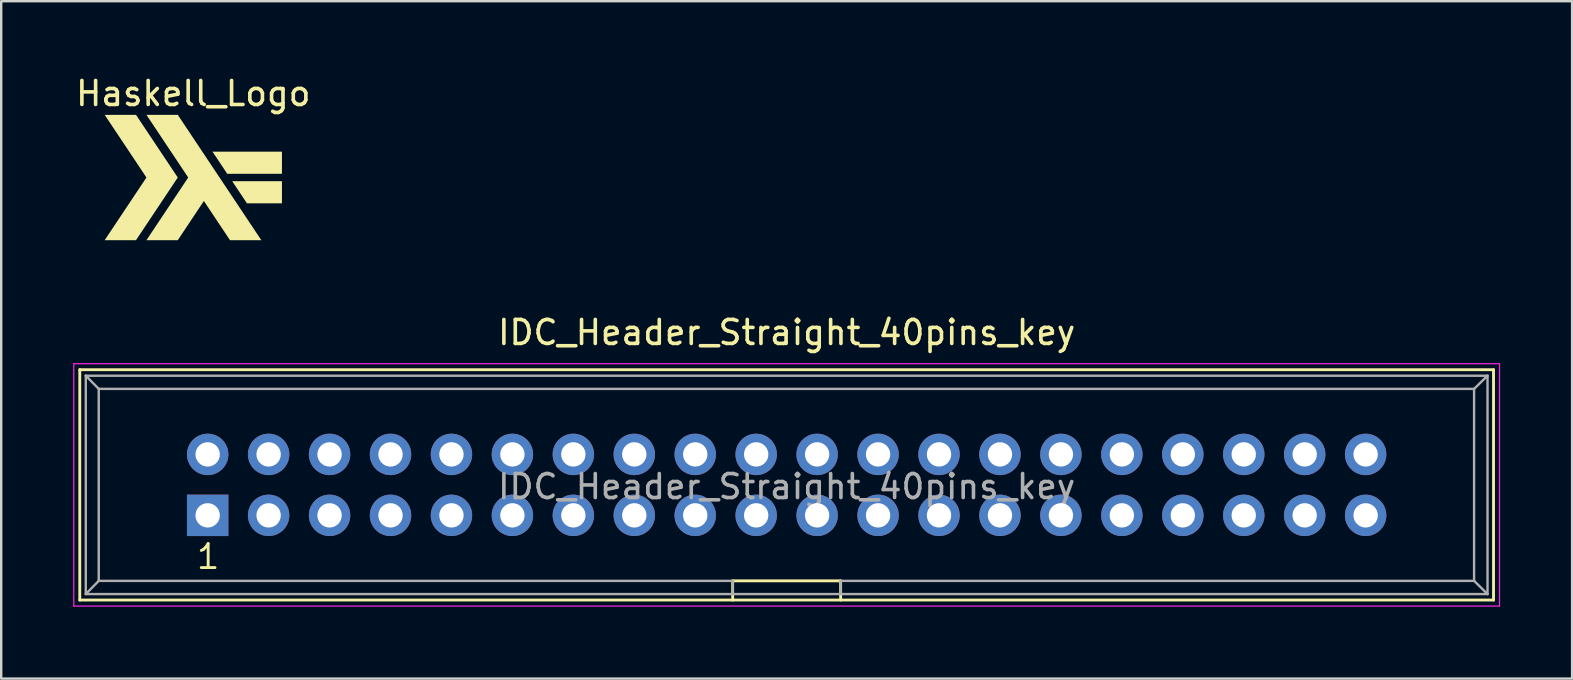
<source format=kicad_pcb>
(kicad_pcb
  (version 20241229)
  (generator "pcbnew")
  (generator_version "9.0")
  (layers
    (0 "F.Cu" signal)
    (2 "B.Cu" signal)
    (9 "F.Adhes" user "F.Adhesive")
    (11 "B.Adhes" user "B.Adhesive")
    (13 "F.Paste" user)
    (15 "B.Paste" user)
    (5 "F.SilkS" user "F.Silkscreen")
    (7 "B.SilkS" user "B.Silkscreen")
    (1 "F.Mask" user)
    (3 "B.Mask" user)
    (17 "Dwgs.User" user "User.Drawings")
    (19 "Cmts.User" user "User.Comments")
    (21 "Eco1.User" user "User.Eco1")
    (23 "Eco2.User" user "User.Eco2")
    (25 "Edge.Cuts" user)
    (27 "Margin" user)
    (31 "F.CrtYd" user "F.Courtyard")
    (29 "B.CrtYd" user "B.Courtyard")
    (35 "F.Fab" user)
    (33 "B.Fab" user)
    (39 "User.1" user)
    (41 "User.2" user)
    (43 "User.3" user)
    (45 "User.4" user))
  (footprint "Haskell_Logo"
    (layer "F.Cu")
    (at 5.006 4.348)
    (property "Reference" "Haskell_Logo" (at 0 -3.5 0) (layer "F.SilkS") (effects (font (size 1 1) (thickness 0.15))))
    (attr through_hole)
    (fp_poly (pts (xy 1.415 -0.154) (xy 3.694 -0.154) (xy 3.694 -1.077) (xy 0.8 -1.077)) (stroke (width 0) (type solid)) (fill yes) (layer "F.SilkS"))
    (fp_poly (pts (xy 2.236 1.077) (xy 3.694 1.077) (xy 3.694 0.154) (xy 1.621 0.154)) (stroke (width 0) (type solid)) (fill yes) (layer "F.SilkS"))
    (fp_poly (pts (xy -2.388 2.612) (xy -0.647 0) (xy -2.388 -2.612) (xy -3.694 -2.612) (xy -1.953 0) (xy -3.694 2.612)) (stroke (width 0) (type solid)) (fill yes) (layer "F.SilkS"))
    (fp_poly (pts (xy -0.647 2.612) (xy 0.441 0.979) (xy 1.529 2.612) (xy 2.835 2.612) (xy -0.647 -2.612) (xy -1.953 -2.612) (xy -0.212 0) (xy -1.953 2.612)) (stroke (width 0) (type solid)) (fill yes) (layer "F.SilkS")))
  (footprint "IDC_Header_Straight_40pins_key"
    (layer "F.Cu")
    (at 5.605 18.428)
    (property "Reference" "IDC_Header_Straight_40pins_key" (at 24.13 -7.62 0) (layer "F.SilkS") (effects (font (size 1 1) (thickness 0.15))))
    (attr through_hole)
    (fp_line (start -5.33 -6.07) (end -5.33 3.53) (stroke (width 0.12) (type solid)) (layer "F.SilkS"))
    (fp_line (start -5.33 3.53) (end 53.59 3.53) (stroke (width 0.12) (type solid)) (layer "F.SilkS"))
    (fp_line (start 21.88 2.73) (end 21.88 3.53) (stroke (width 0.12) (type solid)) (layer "F.SilkS"))
    (fp_line (start 26.38 2.73) (end 21.88 2.73) (stroke (width 0.12) (type solid)) (layer "F.SilkS"))
    (fp_line (start 26.38 3.53) (end 26.38 2.73) (stroke (width 0.12) (type solid)) (layer "F.SilkS"))
    (fp_line (start 53.59 -6.07) (end -5.33 -6.07) (stroke (width 0.12) (type solid)) (layer "F.SilkS"))
    (fp_line (start 53.59 3.53) (end 53.59 -6.07) (stroke (width 0.12) (type solid)) (layer "F.SilkS"))
    (fp_line (start -5.58 -6.32) (end -5.58 3.78) (stroke (width 0.05) (type solid)) (layer "F.CrtYd"))
    (fp_line (start -5.58 3.78) (end 53.84 3.78) (stroke (width 0.05) (type solid)) (layer "F.CrtYd"))
    (fp_line (start 53.84 -6.32) (end -5.58 -6.32) (stroke (width 0.05) (type solid)) (layer "F.CrtYd"))
    (fp_line (start 53.84 3.78) (end 53.84 -6.32) (stroke (width 0.05) (type solid)) (layer "F.CrtYd"))
    (fp_line (start -5.08 -5.82) (end -5.08 3.28) (stroke (width 0.1) (type solid)) (layer "F.Fab"))
    (fp_line (start -5.08 -5.82) (end 53.34 -5.82) (stroke (width 0.1) (type solid)) (layer "F.Fab"))
    (fp_line (start -5.08 3.28) (end -4.54 2.73) (stroke (width 0.1) (type solid)) (layer "F.Fab"))
    (fp_line (start -5.08 3.28) (end 53.34 3.28) (stroke (width 0.1) (type solid)) (layer "F.Fab"))
    (fp_line (start -4.54 -5.27) (end -5.08 -5.82) (stroke (width 0.1) (type solid)) (layer "F.Fab"))
    (fp_line (start -4.54 -5.27) (end 52.78 -5.27) (stroke (width 0.1) (type solid)) (layer "F.Fab"))
    (fp_line (start -4.54 2.73) (end -4.54 -5.27) (stroke (width 0.1) (type solid)) (layer "F.Fab"))
    (fp_line (start -4.54 2.73) (end 21.88 2.73) (stroke (width 0.1) (type solid)) (layer "F.Fab"))
    (fp_line (start 21.88 2.73) (end 21.88 3.28) (stroke (width 0.1) (type solid)) (layer "F.Fab"))
    (fp_line (start 26.38 2.73) (end 52.78 2.73) (stroke (width 0.1) (type solid)) (layer "F.Fab"))
    (fp_line (start 26.38 3.28) (end 26.38 2.73) (stroke (width 0.1) (type solid)) (layer "F.Fab"))
    (fp_line (start 52.78 -5.27) (end 53.34 -5.82) (stroke (width 0.1) (type solid)) (layer "F.Fab"))
    (fp_line (start 52.78 2.73) (end 52.78 -5.27) (stroke (width 0.1) (type solid)) (layer "F.Fab"))
    (fp_line (start 53.34 -5.82) (end 53.34 3.28) (stroke (width 0.1) (type solid)) (layer "F.Fab"))
    (fp_line (start 53.34 3.28) (end 52.78 2.73) (stroke (width 0.1) (type solid)) (layer "F.Fab"))
    (fp_text user "1" (at 0.02 1.72 0) (layer "F.SilkS") (effects (font (size 1 1) (thickness 0.12))))
    (fp_text user "${REFERENCE}" (at 24.13 -1.198 0) (layer "F.Fab") (effects (font (size 1 1) (thickness 0.15))))
    (pad "1" thru_hole rect (at 0 0) (size 1.727 1.727) (drill 1.016) (layers "*.Cu" "*.Mask"))
    (pad "2" thru_hole oval (at 0 -2.54) (size 1.727 1.727) (drill 1.016) (layers "*.Cu" "*.Mask"))
    (pad "3" thru_hole oval (at 2.54 0) (size 1.727 1.727) (drill 1.016) (layers "*.Cu" "*.Mask"))
    (pad "4" thru_hole oval (at 2.54 -2.54) (size 1.727 1.727) (drill 1.016) (layers "*.Cu" "*.Mask"))
    (pad "5" thru_hole oval (at 5.08 0) (size 1.727 1.727) (drill 1.016) (layers "*.Cu" "*.Mask"))
    (pad "6" thru_hole oval (at 5.08 -2.54) (size 1.727 1.727) (drill 1.016) (layers "*.Cu" "*.Mask"))
    (pad "7" thru_hole oval (at 7.62 0) (size 1.727 1.727) (drill 1.016) (layers "*.Cu" "*.Mask"))
    (pad "8" thru_hole oval (at 7.62 -2.54) (size 1.727 1.727) (drill 1.016) (layers "*.Cu" "*.Mask"))
    (pad "9" thru_hole oval (at 10.16 0) (size 1.727 1.727) (drill 1.016) (layers "*.Cu" "*.Mask"))
    (pad "10" thru_hole oval (at 10.16 -2.54) (size 1.727 1.727) (drill 1.016) (layers "*.Cu" "*.Mask"))
    (pad "11" thru_hole oval (at 12.7 0) (size 1.727 1.727) (drill 1.016) (layers "*.Cu" "*.Mask"))
    (pad "12" thru_hole oval (at 12.7 -2.54) (size 1.727 1.727) (drill 1.016) (layers "*.Cu" "*.Mask"))
    (pad "13" thru_hole oval (at 15.24 0) (size 1.727 1.727) (drill 1.016) (layers "*.Cu" "*.Mask"))
    (pad "14" thru_hole oval (at 15.24 -2.54) (size 1.727 1.727) (drill 1.016) (layers "*.Cu" "*.Mask"))
    (pad "15" thru_hole oval (at 17.78 0) (size 1.727 1.727) (drill 1.016) (layers "*.Cu" "*.Mask"))
    (pad "16" thru_hole oval (at 17.78 -2.54) (size 1.727 1.727) (drill 1.016) (layers "*.Cu" "*.Mask"))
    (pad "17" thru_hole oval (at 20.32 0) (size 1.727 1.727) (drill 1.016) (layers "*.Cu" "*.Mask"))
    (pad "18" thru_hole oval (at 20.32 -2.54) (size 1.727 1.727) (drill 1.016) (layers "*.Cu" "*.Mask"))
    (pad "19" thru_hole oval (at 22.86 0) (size 1.727 1.727) (drill 1.016) (layers "*.Cu" "*.Mask"))
    (pad "20" thru_hole oval (at 22.86 -2.54) (size 1.727 1.727) (drill 1.016) (layers "*.Cu" "*.Mask"))
    (pad "21" thru_hole oval (at 25.4 0) (size 1.727 1.727) (drill 1.016) (layers "*.Cu" "*.Mask"))
    (pad "22" thru_hole oval (at 25.4 -2.54) (size 1.727 1.727) (drill 1.016) (layers "*.Cu" "*.Mask"))
    (pad "23" thru_hole oval (at 27.94 0) (size 1.727 1.727) (drill 1.016) (layers "*.Cu" "*.Mask"))
    (pad "24" thru_hole oval (at 27.94 -2.54) (size 1.727 1.727) (drill 1.016) (layers "*.Cu" "*.Mask"))
    (pad "25" thru_hole oval (at 30.48 0) (size 1.727 1.727) (drill 1.016) (layers "*.Cu" "*.Mask"))
    (pad "26" thru_hole oval (at 30.48 -2.54) (size 1.727 1.727) (drill 1.016) (layers "*.Cu" "*.Mask"))
    (pad "27" thru_hole oval (at 33.02 0) (size 1.727 1.727) (drill 1.016) (layers "*.Cu" "*.Mask"))
    (pad "28" thru_hole oval (at 33.02 -2.54) (size 1.727 1.727) (drill 1.016) (layers "*.Cu" "*.Mask"))
    (pad "29" thru_hole oval (at 35.56 0) (size 1.727 1.727) (drill 1.016) (layers "*.Cu" "*.Mask"))
    (pad "30" thru_hole oval (at 35.56 -2.54) (size 1.727 1.727) (drill 1.016) (layers "*.Cu" "*.Mask"))
    (pad "31" thru_hole oval (at 38.1 0) (size 1.727 1.727) (drill 1.016) (layers "*.Cu" "*.Mask"))
    (pad "32" thru_hole oval (at 38.1 -2.54) (size 1.727 1.727) (drill 1.016) (layers "*.Cu" "*.Mask"))
    (pad "33" thru_hole oval (at 40.64 0) (size 1.727 1.727) (drill 1.016) (layers "*.Cu" "*.Mask"))
    (pad "34" thru_hole oval (at 40.64 -2.54) (size 1.727 1.727) (drill 1.016) (layers "*.Cu" "*.Mask"))
    (pad "35" thru_hole oval (at 43.18 0) (size 1.727 1.727) (drill 1.016) (layers "*.Cu" "*.Mask"))
    (pad "36" thru_hole oval (at 43.18 -2.54) (size 1.727 1.727) (drill 1.016) (layers "*.Cu" "*.Mask"))
    (pad "37" thru_hole oval (at 45.72 0) (size 1.727 1.727) (drill 1.016) (layers "*.Cu" "*.Mask"))
    (pad "38" thru_hole oval (at 45.72 -2.54) (size 1.727 1.727) (drill 1.016) (layers "*.Cu" "*.Mask"))
    (pad "39" thru_hole oval (at 48.26 0) (size 1.727 1.727) (drill 1.016) (layers "*.Cu" "*.Mask"))
    (pad "40" thru_hole oval (at 48.26 -2.54) (size 1.727 1.727) (drill 1.016) (layers "*.Cu" "*.Mask")))
  (gr_rect
    (start -3 -3)
    (end 62.47 25.233)
    (stroke (width 0.1) (type default))
    (fill no)
    (layer "Edge.Cuts")))
</source>
